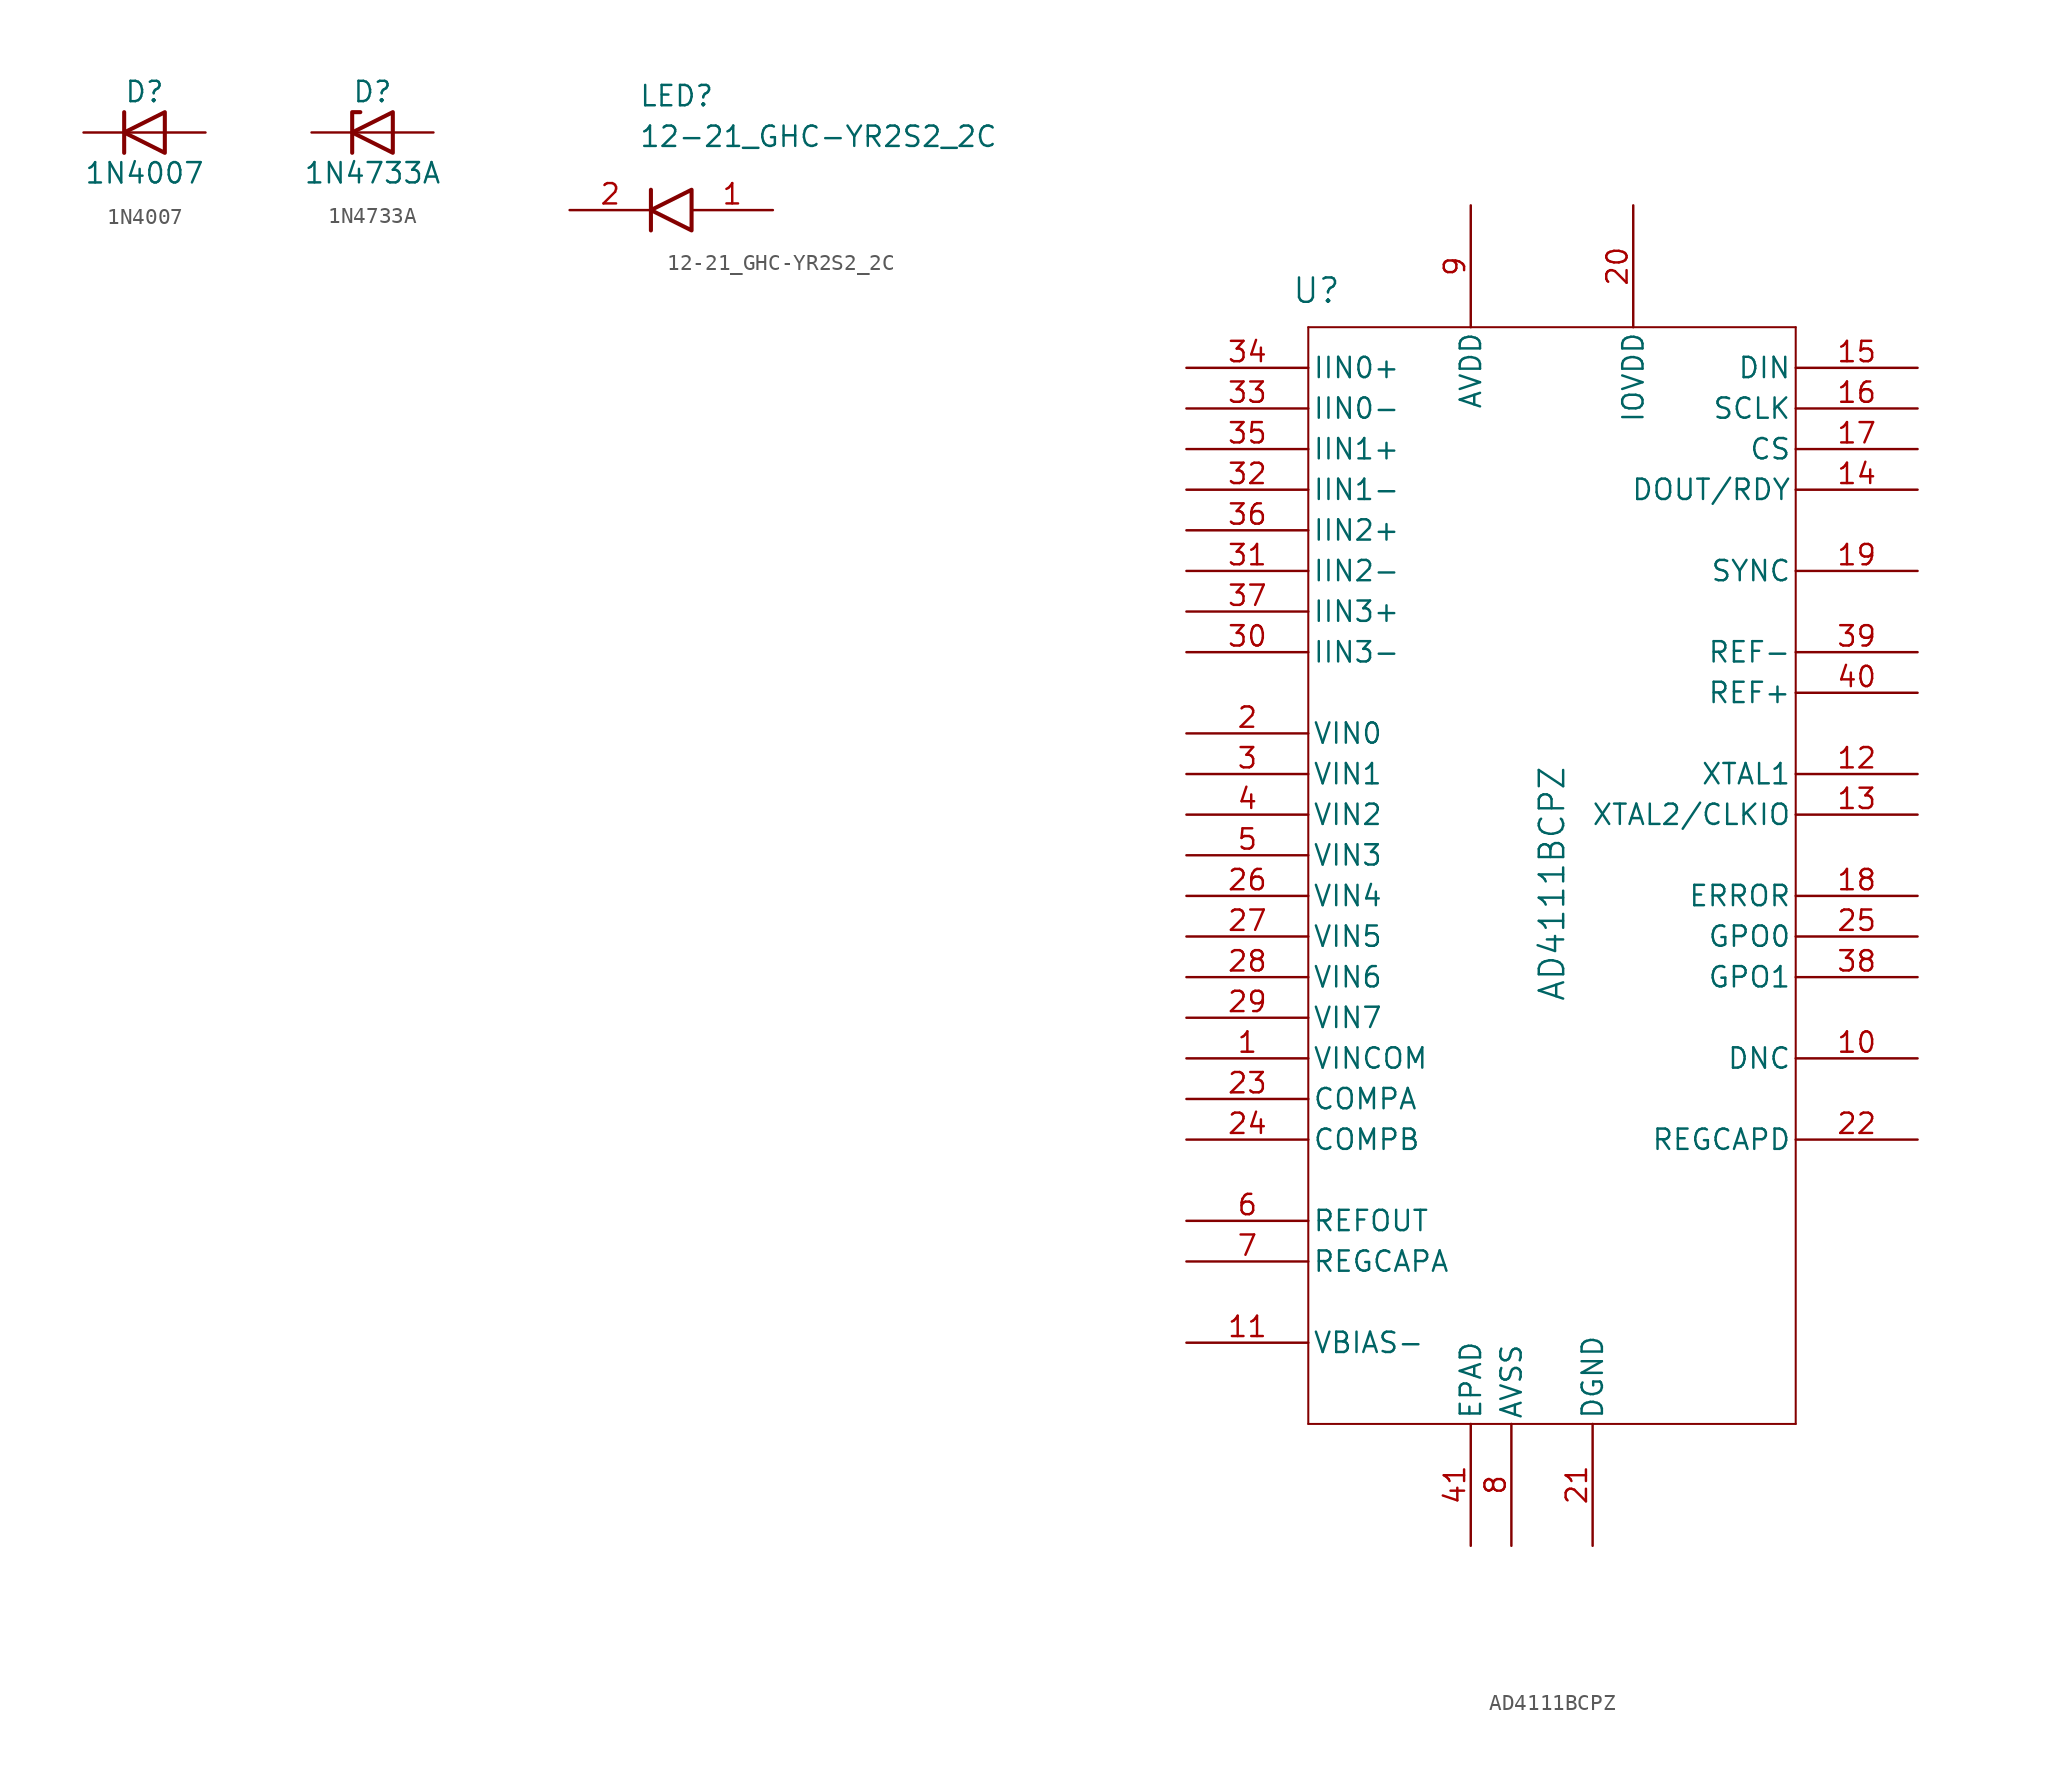
<source format=kicad_sym>
(kicad_symbol_lib
  (version 20231120)
  (generator "kicad_symbol_editor")
  (generator_version "8.0")
  (symbol "1N4007"
    (pin_numbers hide)
    (pin_names hide)
    (property "Reference" "D"
      (at 0 2.54 0)
      (effects (font (size 1.27 1.27))))
    (property "Value" "1N4007"
      (at 0 -2.54 0)
      (effects (font (size 1.27 1.27))))
    (symbol "1N4007_0_1"
      (polyline (pts (xy -1.27 1.27) (xy -1.27 -1.27)) (stroke (width 0.254) (type default)) (fill (type none)))
      (polyline (pts (xy 1.27 0) (xy -1.27 0)) (stroke (width 0) (type default)) (fill (type none)))
      (polyline (pts (xy 1.27 1.27) (xy 1.27 -1.27) (xy -1.27 0) (xy 1.27 1.27)) (stroke (width 0.254) (type default)) (fill (type none))))
    (symbol "1N4007_1_1"
      (pin passive line (at -3.81 0 0) (length 2.54) (name "K" (effects (font (size 1.27 1.27)))) (number "1" (effects (font (size 1.27 1.27)))))
      (pin passive line (at 3.81 0 180) (length 2.54) (name "A" (effects (font (size 1.27 1.27)))) (number "2" (effects (font (size 1.27 1.27)))))))
  (symbol "1N4733A"
    (pin_numbers hide)
    (pin_names
      (offset 1.016) hide)
    (property "Reference" "D"
      (at 0 2.54 0)
      (effects (font (size 1.27 1.27))))
    (property "Value" "1N4733A"
      (at 0 -2.54 0)
      (effects (font (size 1.27 1.27))))
    (symbol "1N4733A_0_1"
      (polyline (pts (xy 1.27 0) (xy -1.27 0)) (stroke (width 0) (type default)) (fill (type none)))
      (polyline (pts (xy -1.27 -1.27) (xy -1.27 1.27) (xy -0.762 1.27)) (stroke (width 0.254) (type default)) (fill (type none)))
      (polyline (pts (xy 1.27 -1.27) (xy 1.27 1.27) (xy -1.27 0) (xy 1.27 -1.27)) (stroke (width 0.254) (type default)) (fill (type none))))
    (symbol "1N4733A_1_1"
      (pin passive line (at -3.81 0 0) (length 2.54) (name "K" (effects (font (size 1.27 1.27)))) (number "1" (effects (font (size 1.27 1.27)))))
      (pin passive line (at 3.81 0 180) (length 2.54) (name "A" (effects (font (size 1.27 1.27)))) (number "2" (effects (font (size 1.27 1.27)))))))
  (symbol "12-21_GHC-YR2S2_2C"
    (property "Reference" "LED"
      (at -2.032 5.334 0)
      (effects (font (size 1.27 1.27)) (justify left top)))
    (property "Value" "12-21_GHC-YR2S2_2C"
      (at -2.032 2.794 0)
      (effects (font (size 1.27 1.27)) (justify left top)))
    (symbol "12-21_GHC-YR2S2_2C_0_1"
      (polyline (pts (xy -1.27 -1.27) (xy -1.27 -3.81)) (stroke (width 0.254) (type default)) (fill (type none)))
      (polyline (pts (xy 1.27 -1.27) (xy 1.27 -3.81) (xy -1.27 -2.54) (xy 1.27 -1.27)) (stroke (width 0.254) (type default)) (fill (type none))))
    (symbol "12-21_GHC-YR2S2_2C_1_1"
      (pin passive line (at 6.35 -2.54 180) (length 5.08) (name "" (effects (font (size 1.27 1.27)))) (number "1" (effects (font (size 1.27 1.27)))))
      (pin passive line (at -6.35 -2.54 0) (length 5.08) (name "" (effects (font (size 1.27 1.27)))) (number "2" (effects (font (size 1.27 1.27)))))))
  (symbol "AD4111BCPZ"
    (pin_names
      (offset 0.254))
    (property "Reference" "U"
      (at -14.732 2.286 0)
      (effects (font (size 1.524 1.524))))
    (property "Value" "AD4111BCPZ"
      (at 0 -34.798 90)
      (effects (font (size 1.524 1.524))))
    (symbol "AD4111BCPZ_1_1"
      (polyline (pts (xy -15.24 -68.58) (xy 15.24 -68.58)) (stroke (width 0.127) (type default)) (fill (type none)))
      (polyline (pts (xy -15.24 0) (xy -15.24 -68.58)) (stroke (width 0.127) (type default)) (fill (type none)))
      (polyline (pts (xy 15.24 -68.58) (xy 15.24 0)) (stroke (width 0.127) (type default)) (fill (type none)))
      (polyline (pts (xy 15.24 0) (xy -15.24 0)) (stroke (width 0.127) (type default)) (fill (type none)))
      (pin unspecified line (at -22.86 -45.72 0) (length 7.62) (name "VINCOM" (effects (font (size 1.27 1.27)))) (number "1" (effects (font (size 1.27 1.27)))))
      (pin unspecified line (at 22.86 -45.72 180) (length 7.62) (name "DNC" (effects (font (size 1.27 1.27)))) (number "10" (effects (font (size 1.27 1.27)))))
      (pin unspecified line (at -22.86 -63.5 0) (length 7.62) (name "VBIAS-" (effects (font (size 1.27 1.27)))) (number "11" (effects (font (size 1.27 1.27)))))
      (pin unspecified line (at 22.86 -27.94 180) (length 7.62) (name "XTAL1" (effects (font (size 1.27 1.27)))) (number "12" (effects (font (size 1.27 1.27)))))
      (pin unspecified line (at 22.86 -30.48 180) (length 7.62) (name "XTAL2/CLKIO" (effects (font (size 1.27 1.27)))) (number "13" (effects (font (size 1.27 1.27)))))
      (pin unspecified line (at 22.86 -10.16 180) (length 7.62) (name "DOUT/RDY" (effects (font (size 1.27 1.27)))) (number "14" (effects (font (size 1.27 1.27)))))
      (pin unspecified line (at 22.86 -2.54 180) (length 7.62) (name "DIN" (effects (font (size 1.27 1.27)))) (number "15" (effects (font (size 1.27 1.27)))))
      (pin unspecified line (at 22.86 -5.08 180) (length 7.62) (name "SCLK" (effects (font (size 1.27 1.27)))) (number "16" (effects (font (size 1.27 1.27)))))
      (pin unspecified line (at 22.86 -7.62 180) (length 7.62) (name "CS" (effects (font (size 1.27 1.27)))) (number "17" (effects (font (size 1.27 1.27)))))
      (pin unspecified line (at 22.86 -35.56 180) (length 7.62) (name "ERROR" (effects (font (size 1.27 1.27)))) (number "18" (effects (font (size 1.27 1.27)))))
      (pin unspecified line (at 22.86 -15.24 180) (length 7.62) (name "SYNC" (effects (font (size 1.27 1.27)))) (number "19" (effects (font (size 1.27 1.27)))))
      (pin unspecified line (at -22.86 -25.4 0) (length 7.62) (name "VIN0" (effects (font (size 1.27 1.27)))) (number "2" (effects (font (size 1.27 1.27)))))
      (pin unspecified line (at 5.08 7.62 270) (length 7.62) (name "IOVDD" (effects (font (size 1.27 1.27)))) (number "20" (effects (font (size 1.27 1.27)))))
      (pin unspecified line (at 2.54 -76.2 90) (length 7.62) (name "DGND" (effects (font (size 1.27 1.27)))) (number "21" (effects (font (size 1.27 1.27)))))
      (pin unspecified line (at 22.86 -50.8 180) (length 7.62) (name "REGCAPD" (effects (font (size 1.27 1.27)))) (number "22" (effects (font (size 1.27 1.27)))))
      (pin unspecified line (at -22.86 -48.26 0) (length 7.62) (name "COMPA" (effects (font (size 1.27 1.27)))) (number "23" (effects (font (size 1.27 1.27)))))
      (pin unspecified line (at -22.86 -50.8 0) (length 7.62) (name "COMPB" (effects (font (size 1.27 1.27)))) (number "24" (effects (font (size 1.27 1.27)))))
      (pin unspecified line (at 22.86 -38.1 180) (length 7.62) (name "GPO0" (effects (font (size 1.27 1.27)))) (number "25" (effects (font (size 1.27 1.27)))))
      (pin unspecified line (at -22.86 -35.56 0) (length 7.62) (name "VIN4" (effects (font (size 1.27 1.27)))) (number "26" (effects (font (size 1.27 1.27)))))
      (pin unspecified line (at -22.86 -38.1 0) (length 7.62) (name "VIN5" (effects (font (size 1.27 1.27)))) (number "27" (effects (font (size 1.27 1.27)))))
      (pin unspecified line (at -22.86 -40.64 0) (length 7.62) (name "VIN6" (effects (font (size 1.27 1.27)))) (number "28" (effects (font (size 1.27 1.27)))))
      (pin unspecified line (at -22.86 -43.18 0) (length 7.62) (name "VIN7" (effects (font (size 1.27 1.27)))) (number "29" (effects (font (size 1.27 1.27)))))
      (pin unspecified line (at -22.86 -27.94 0) (length 7.62) (name "VIN1" (effects (font (size 1.27 1.27)))) (number "3" (effects (font (size 1.27 1.27)))))
      (pin unspecified line (at -22.86 -20.32 0) (length 7.62) (name "IIN3-" (effects (font (size 1.27 1.27)))) (number "30" (effects (font (size 1.27 1.27)))))
      (pin unspecified line (at -22.86 -15.24 0) (length 7.62) (name "IIN2-" (effects (font (size 1.27 1.27)))) (number "31" (effects (font (size 1.27 1.27)))))
      (pin unspecified line (at -22.86 -10.16 0) (length 7.62) (name "IIN1-" (effects (font (size 1.27 1.27)))) (number "32" (effects (font (size 1.27 1.27)))))
      (pin unspecified line (at -22.86 -5.08 0) (length 7.62) (name "IIN0-" (effects (font (size 1.27 1.27)))) (number "33" (effects (font (size 1.27 1.27)))))
      (pin unspecified line (at -22.86 -2.54 0) (length 7.62) (name "IIN0+" (effects (font (size 1.27 1.27)))) (number "34" (effects (font (size 1.27 1.27)))))
      (pin unspecified line (at -22.86 -7.62 0) (length 7.62) (name "IIN1+" (effects (font (size 1.27 1.27)))) (number "35" (effects (font (size 1.27 1.27)))))
      (pin unspecified line (at -22.86 -12.7 0) (length 7.62) (name "IIN2+" (effects (font (size 1.27 1.27)))) (number "36" (effects (font (size 1.27 1.27)))))
      (pin unspecified line (at -22.86 -17.78 0) (length 7.62) (name "IIN3+" (effects (font (size 1.27 1.27)))) (number "37" (effects (font (size 1.27 1.27)))))
      (pin unspecified line (at 22.86 -40.64 180) (length 7.62) (name "GPO1" (effects (font (size 1.27 1.27)))) (number "38" (effects (font (size 1.27 1.27)))))
      (pin unspecified line (at 22.86 -20.32 180) (length 7.62) (name "REF-" (effects (font (size 1.27 1.27)))) (number "39" (effects (font (size 1.27 1.27)))))
      (pin unspecified line (at -22.86 -30.48 0) (length 7.62) (name "VIN2" (effects (font (size 1.27 1.27)))) (number "4" (effects (font (size 1.27 1.27)))))
      (pin unspecified line (at 22.86 -22.86 180) (length 7.62) (name "REF+" (effects (font (size 1.27 1.27)))) (number "40" (effects (font (size 1.27 1.27)))))
      (pin unspecified line (at -5.08 -76.2 90) (length 7.62) (name "EPAD" (effects (font (size 1.27 1.27)))) (number "41" (effects (font (size 1.27 1.27)))))
      (pin unspecified line (at -22.86 -33.02 0) (length 7.62) (name "VIN3" (effects (font (size 1.27 1.27)))) (number "5" (effects (font (size 1.27 1.27)))))
      (pin unspecified line (at -22.86 -55.88 0) (length 7.62) (name "REFOUT" (effects (font (size 1.27 1.27)))) (number "6" (effects (font (size 1.27 1.27)))))
      (pin unspecified line (at -22.86 -58.42 0) (length 7.62) (name "REGCAPA" (effects (font (size 1.27 1.27)))) (number "7" (effects (font (size 1.27 1.27)))))
      (pin unspecified line (at -2.54 -76.2 90) (length 7.62) (name "AVSS" (effects (font (size 1.27 1.27)))) (number "8" (effects (font (size 1.27 1.27)))))
      (pin unspecified line (at -5.08 7.62 270) (length 7.62) (name "AVDD" (effects (font (size 1.27 1.27)))) (number "9" (effects (font (size 1.27 1.27))))))))
</source>
